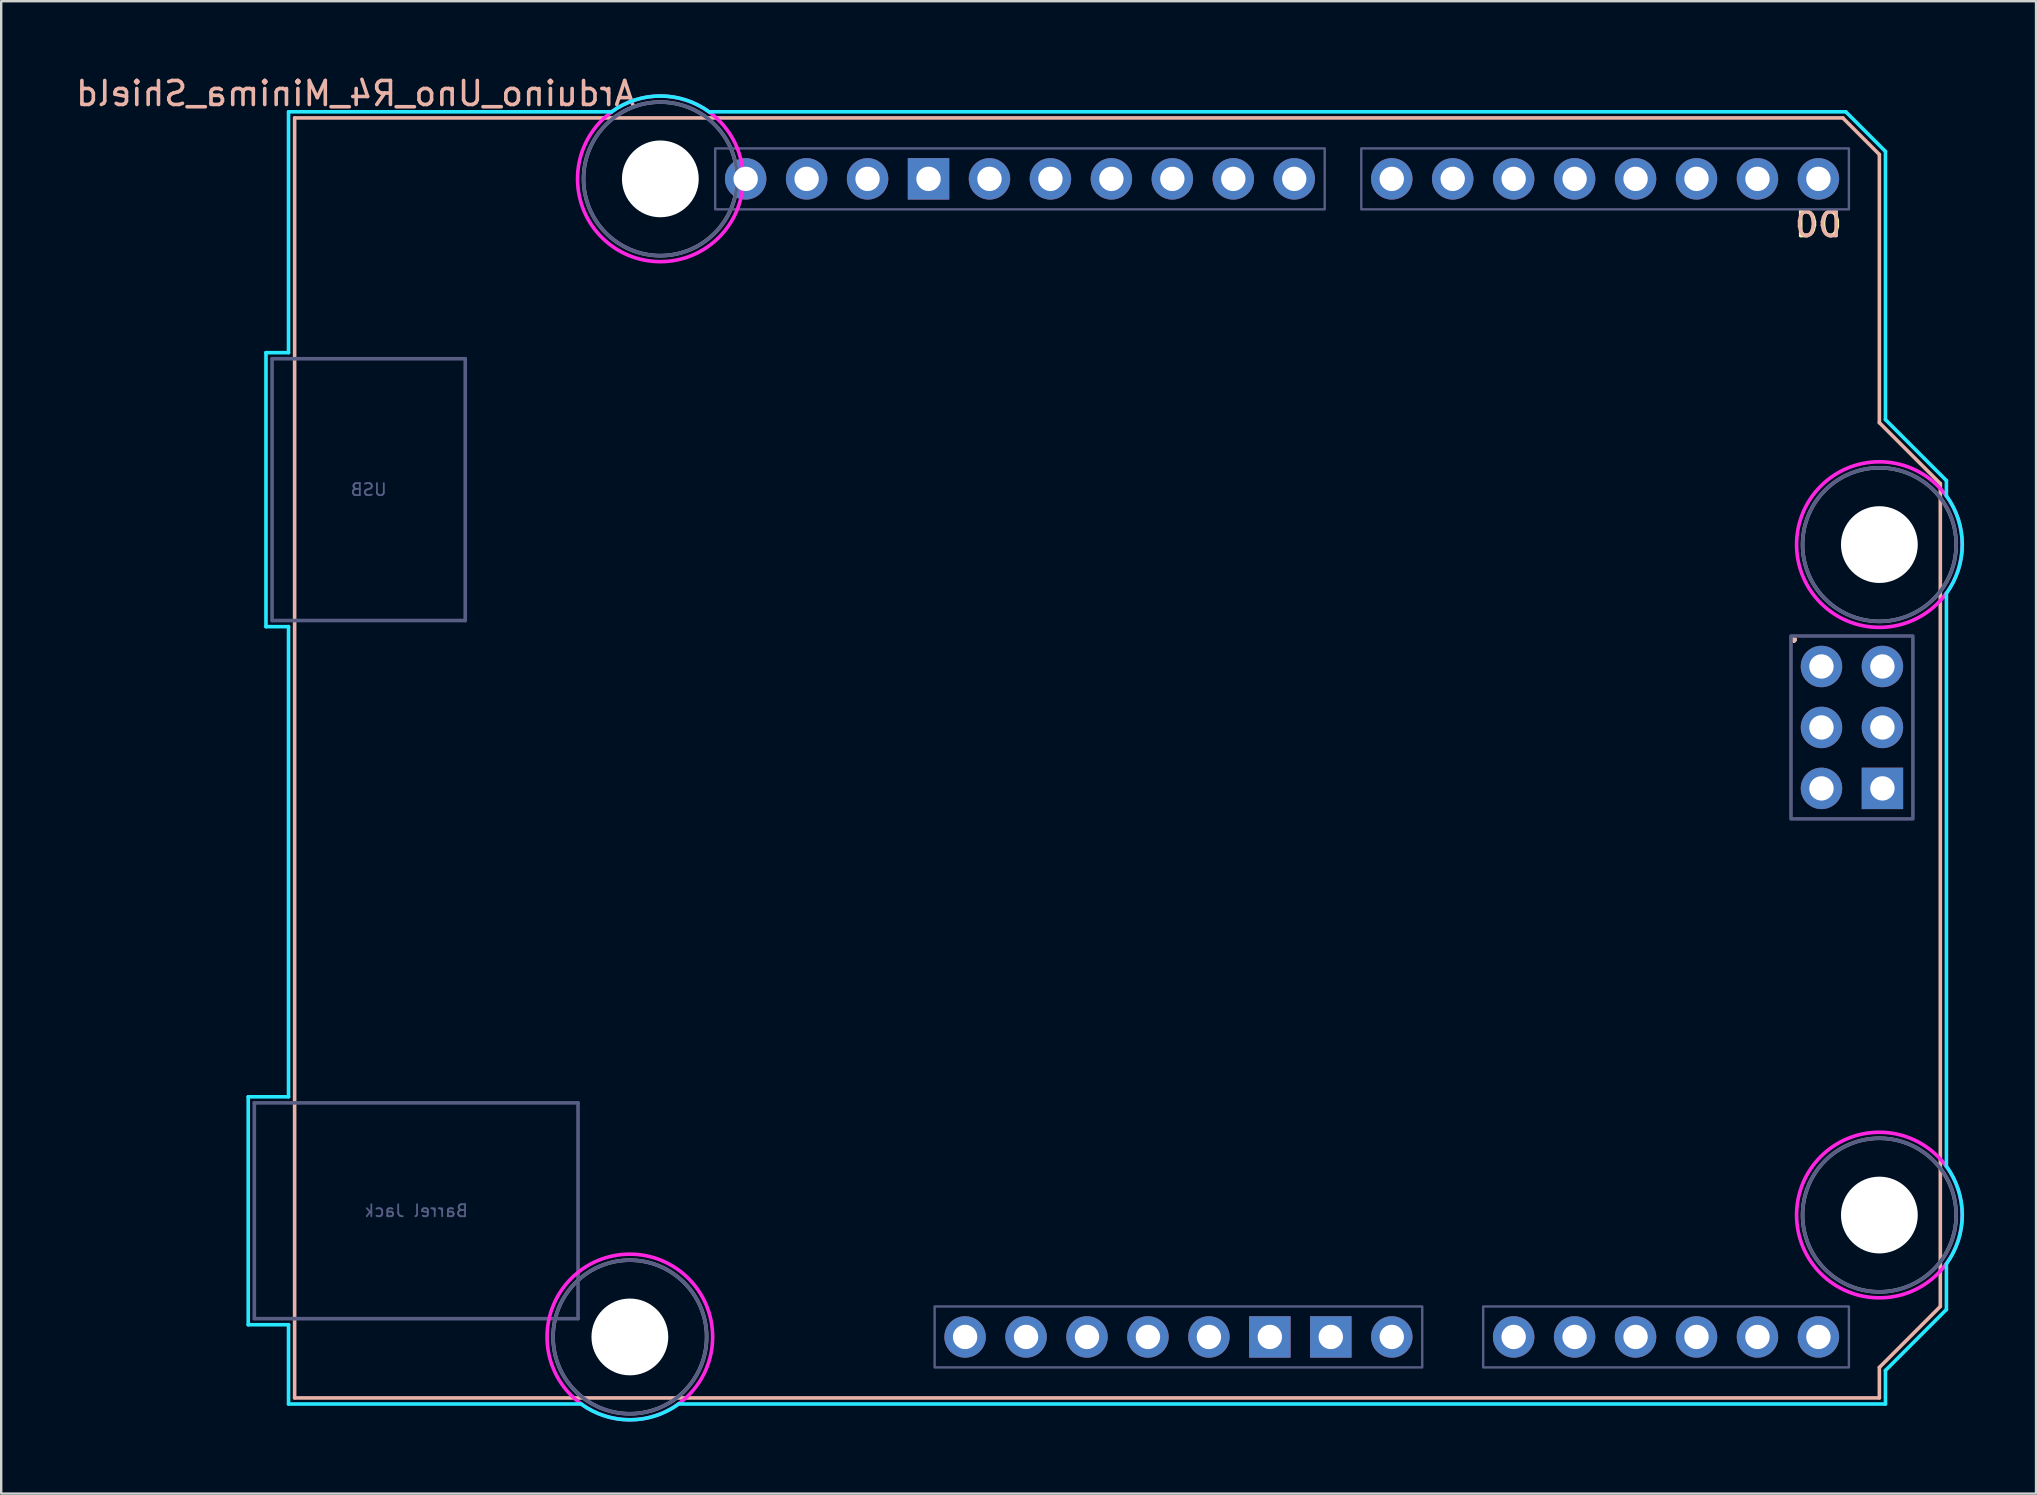
<source format=kicad_pcb>
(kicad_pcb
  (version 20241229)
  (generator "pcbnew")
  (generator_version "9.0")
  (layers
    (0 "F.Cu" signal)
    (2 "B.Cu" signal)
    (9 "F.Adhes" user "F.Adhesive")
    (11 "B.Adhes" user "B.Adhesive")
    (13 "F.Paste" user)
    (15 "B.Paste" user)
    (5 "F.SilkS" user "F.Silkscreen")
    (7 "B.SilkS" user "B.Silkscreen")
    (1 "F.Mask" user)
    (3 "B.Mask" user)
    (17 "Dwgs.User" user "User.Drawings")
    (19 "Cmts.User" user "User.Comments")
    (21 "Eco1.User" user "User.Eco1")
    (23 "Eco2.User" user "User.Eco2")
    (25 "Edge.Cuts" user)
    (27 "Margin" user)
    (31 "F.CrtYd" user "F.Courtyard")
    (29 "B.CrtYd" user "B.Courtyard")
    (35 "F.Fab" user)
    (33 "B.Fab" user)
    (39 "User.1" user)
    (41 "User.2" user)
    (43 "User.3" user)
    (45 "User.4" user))
  (footprint "Arduino_Uno_R4_Minima_Shield"
    (layer "F.Cu")
    (at 9.228 55.204)
    (property "Reference" "Arduino_Uno_R4_Minima_Shield" (at 2.54 -54.356 0) (layer "B.SilkS") (effects (font (size 1 1) (thickness 0.15)) (justify mirror)))
    (attr through_hole)
    (fp_line (start 0 -53.34) (end 0 0) (stroke (width 0.15) (type solid)) (layer "B.SilkS"))
    (fp_line (start 0 -53.34) (end 64.516 -53.34) (stroke (width 0.15) (type solid)) (layer "B.SilkS"))
    (fp_line (start 0 0) (end 66.04 0) (stroke (width 0.15) (type solid)) (layer "B.SilkS"))
    (fp_line (start 64.516 -53.34) (end 66.04 -51.816) (stroke (width 0.15) (type solid)) (layer "B.SilkS"))
    (fp_line (start 66.04 -40.64) (end 66.04 -51.816) (stroke (width 0.15) (type solid)) (layer "B.SilkS"))
    (fp_line (start 66.04 -1.27) (end 68.58 -3.81) (stroke (width 0.15) (type solid)) (layer "B.SilkS"))
    (fp_line (start 66.04 0) (end 66.04 -1.27) (stroke (width 0.15) (type solid)) (layer "B.SilkS"))
    (fp_line (start 68.58 -38.1) (end 66.04 -40.64) (stroke (width 0.15) (type solid)) (layer "B.SilkS"))
    (fp_line (start 68.58 -3.81) (end 68.58 -38.1) (stroke (width 0.15) (type solid)) (layer "B.SilkS"))
    (fp_line (start -1.934 -12.548) (end -1.934 -3.049) (stroke (width 0.15) (type solid)) (layer "B.CrtYd"))
    (fp_line (start -1.934 -12.548) (end -0.254 -12.548) (stroke (width 0.15) (type solid)) (layer "B.CrtYd"))
    (fp_line (start -1.934 -3.049) (end -0.254 -3.049) (stroke (width 0.15) (type solid)) (layer "B.CrtYd"))
    (fp_line (start -1.194 -43.558) (end -0.254 -43.558) (stroke (width 0.15) (type solid)) (layer "B.CrtYd"))
    (fp_line (start -1.194 -32.14) (end -1.194 -43.558) (stroke (width 0.15) (type solid)) (layer "B.CrtYd"))
    (fp_line (start -0.254 -53.594) (end -0.254 -43.558) (stroke (width 0.15) (type solid)) (layer "B.CrtYd"))
    (fp_line (start -0.254 -32.14) (end -1.194 -32.14) (stroke (width 0.15) (type solid)) (layer "B.CrtYd"))
    (fp_line (start -0.254 -32.14) (end -0.254 -12.548) (stroke (width 0.15) (type solid)) (layer "B.CrtYd"))
    (fp_line (start -0.254 -3.049) (end -0.254 0.254) (stroke (width 0.15) (type solid)) (layer "B.CrtYd"))
    (fp_line (start 11.938 0.254) (end -0.254 0.254) (stroke (width 0.15) (type solid)) (layer "B.CrtYd"))
    (fp_line (start 13.208 -53.594) (end -0.254 -53.594) (stroke (width 0.15) (type solid)) (layer "B.CrtYd"))
    (fp_line (start 16.002 0.254) (end 66.294 0.254) (stroke (width 0.15) (type solid)) (layer "B.CrtYd"))
    (fp_line (start 17.272 -53.594) (end 64.643 -53.594) (stroke (width 0.15) (type solid)) (layer "B.CrtYd"))
    (fp_line (start 64.643 -53.594) (end 66.294 -51.943) (stroke (width 0.15) (type solid)) (layer "B.CrtYd"))
    (fp_line (start 66.294 -40.767) (end 66.294 -51.943) (stroke (width 0.15) (type solid)) (layer "B.CrtYd"))
    (fp_line (start 66.294 -1.143) (end 68.834 -3.683) (stroke (width 0.15) (type solid)) (layer "B.CrtYd"))
    (fp_line (start 66.294 0.254) (end 66.294 -1.143) (stroke (width 0.15) (type solid)) (layer "B.CrtYd"))
    (fp_line (start 68.834 -38.227) (end 66.294 -40.767) (stroke (width 0.15) (type solid)) (layer "B.CrtYd"))
    (fp_line (start 68.834 -38.227) (end 68.834 -37.592) (stroke (width 0.15) (type solid)) (layer "B.CrtYd"))
    (fp_line (start 68.834 -9.652) (end 68.834 -33.528) (stroke (width 0.15) (type solid)) (layer "B.CrtYd"))
    (fp_line (start 68.834 -5.588) (end 68.834 -3.683) (stroke (width 0.15) (type solid)) (layer "B.CrtYd"))
    (fp_arc (start 13.208 -53.594) (mid 15.24 -54.254237) (end 17.272 -53.594) (stroke (width 0.15) (type solid)) (layer "B.CrtYd"))
    (fp_arc (start 16.002 0.254) (mid 13.97 0.914237) (end 11.938 0.254) (stroke (width 0.15) (type solid)) (layer "B.CrtYd"))
    (fp_arc (start 68.834 -37.592) (mid 69.494238 -35.56) (end 68.834 -33.528) (stroke (width 0.15) (type solid)) (layer "B.CrtYd"))
    (fp_arc (start 68.834 -9.652) (mid 69.494238 -7.62) (end 68.834 -5.588) (stroke (width 0.15) (type solid)) (layer "B.CrtYd"))
    (fp_circle (center 13.97 -2.54) (end 17.42 -2.54) (stroke (width 0.15) (type solid)) (fill no) (layer "F.CrtYd"))
    (fp_circle (center 15.24 -50.8) (end 18.69 -50.8) (stroke (width 0.15) (type solid)) (fill no) (layer "F.CrtYd"))
    (fp_circle (center 66.04 -35.56) (end 69.49 -35.56) (stroke (width 0.15) (type solid)) (fill no) (layer "F.CrtYd"))
    (fp_circle (center 66.04 -7.62) (end 69.49 -7.62) (stroke (width 0.15) (type solid)) (fill no) (layer "F.CrtYd"))
    (fp_line (start -1.68 -12.294) (end -1.68 -3.303) (stroke (width 0.15) (type solid)) (layer "B.Fab"))
    (fp_line (start -1.68 -12.294) (end 11.81 -12.294) (stroke (width 0.15) (type solid)) (layer "B.Fab"))
    (fp_line (start -1.68 -3.303) (end 11.81 -3.303) (stroke (width 0.15) (type solid)) (layer "B.Fab"))
    (fp_line (start -0.94 -43.304) (end 7.11 -43.304) (stroke (width 0.15) (type solid)) (layer "B.Fab"))
    (fp_line (start -0.94 -32.394) (end -0.94 -43.304) (stroke (width 0.15) (type solid)) (layer "B.Fab"))
    (fp_line (start -0.94 -32.394) (end 7.11 -32.394) (stroke (width 0.15) (type solid)) (layer "B.Fab"))
    (fp_line (start 7.11 -32.394) (end 7.11 -43.304) (stroke (width 0.15) (type solid)) (layer "B.Fab"))
    (fp_line (start 11.81 -12.294) (end 11.81 -3.303) (stroke (width 0.15) (type solid)) (layer "B.Fab"))
    (fp_rect (start 17.526 -52.07) (end 42.926 -49.53) (stroke (width 0.1) (type solid)) (fill no) (layer "B.Fab"))
    (fp_rect (start 26.67 -3.81) (end 46.99 -1.27) (stroke (width 0.1) (type solid)) (fill no) (layer "B.Fab"))
    (fp_rect (start 44.45 -52.07) (end 64.77 -49.53) (stroke (width 0.1) (type solid)) (fill no) (layer "B.Fab"))
    (fp_rect (start 49.53 -3.81) (end 64.77 -1.27) (stroke (width 0.1) (type solid)) (fill no) (layer "B.Fab"))
    (fp_rect (start 62.357 -31.75) (end 67.437 -24.13) (stroke (width 0.15) (type solid)) (fill no) (layer "B.Fab"))
    (fp_circle (center 13.97 -2.54) (end 17.17 -2.54) (stroke (width 0.15) (type solid)) (fill no) (layer "B.Fab"))
    (fp_circle (center 15.24 -50.8) (end 18.44 -50.8) (stroke (width 0.15) (type solid)) (fill no) (layer "B.Fab"))
    (fp_circle (center 66.04 -35.56) (end 69.24 -35.56) (stroke (width 0.15) (type solid)) (fill no) (layer "B.Fab"))
    (fp_circle (center 66.04 -7.62) (end 69.24 -7.62) (stroke (width 0.15) (type solid)) (fill no) (layer "B.Fab"))
    (fp_circle (center 13.97 -2.54) (end 17.17 -2.54) (stroke (width 0.15) (type solid)) (fill no) (layer "F.Fab"))
    (fp_circle (center 15.24 -50.8) (end 18.44 -50.8) (stroke (width 0.15) (type solid)) (fill no) (layer "F.Fab"))
    (fp_circle (center 66.04 -35.56) (end 69.24 -35.56) (stroke (width 0.15) (type solid)) (fill no) (layer "F.Fab"))
    (fp_circle (center 66.04 -7.62) (end 69.24 -7.62) (stroke (width 0.15) (type solid)) (fill no) (layer "F.Fab"))
    (fp_text user "." (at 62.484 -32.004 0) (layer "F.SilkS") (effects (font (size 1 1) (thickness 0.15))))
    (fp_text user "D0" (at 63.5 -48.895 0) (unlocked yes) (layer "F.SilkS") (effects (font (size 1 1) (thickness 0.15))))
    (fp_text user "." (at 62.484 -32.004 0) (layer "B.SilkS") (effects (font (size 1 1) (thickness 0.15))))
    (fp_text user "D0" (at 63.5 -48.895 0) (unlocked yes) (layer "B.SilkS") (effects (font (size 1 1) (thickness 0.15)) (justify mirror)))
    (fp_text user "Barrel Jack" (at 5.065 -7.798 0) (layer "B.Fab") (effects (font (size 0.5 0.5) (thickness 0.075)) (justify mirror)))
    (fp_text user "USB" (at 3.085 -37.849 0) (layer "B.Fab") (effects (font (size 0.5 0.5) (thickness 0.075)) (justify mirror)))
    (pad "" np_thru_hole circle (at 13.97 -2.54) (size 3.2 3.2) (drill 3.2) (layers "*.Cu" "*.Mask"))
    (pad "" np_thru_hole circle (at 15.24 -50.8) (size 3.2 3.2) (drill 3.2) (layers "*.Cu" "*.Mask"))
    (pad "" np_thru_hole circle (at 66.04 -35.56) (size 3.2 3.2) (drill 3.2) (layers "*.Cu" "*.Mask"))
    (pad "" np_thru_hole circle (at 66.04 -7.62) (size 3.2 3.2) (drill 3.2) (layers "*.Cu" "*.Mask"))
    (pad "3V3" thru_hole oval (at 35.56 -2.54) (size 1.727 1.727) (drill 1.016) (layers "*.Cu" "*.Mask"))
    (pad "5V1" thru_hole oval (at 38.1 -2.54) (size 1.727 1.727) (drill 1.016) (layers "*.Cu" "*.Mask"))
    (pad "5V2" thru_hole oval (at 66.167 -30.48) (size 1.727 1.727) (drill 1.016) (layers "*.Cu" "*.Mask"))
    (pad "A0" thru_hole oval (at 50.8 -2.54) (size 1.727 1.727) (drill 1.016) (layers "*.Cu" "*.Mask"))
    (pad "A1" thru_hole oval (at 53.34 -2.54) (size 1.727 1.727) (drill 1.016) (layers "*.Cu" "*.Mask"))
    (pad "A2" thru_hole oval (at 55.88 -2.54) (size 1.727 1.727) (drill 1.016) (layers "*.Cu" "*.Mask"))
    (pad "A3" thru_hole oval (at 58.42 -2.54) (size 1.727 1.727) (drill 1.016) (layers "*.Cu" "*.Mask"))
    (pad "A4" thru_hole oval (at 60.96 -2.54) (size 1.727 1.727) (drill 1.016) (layers "*.Cu" "*.Mask"))
    (pad "A5" thru_hole oval (at 63.5 -2.54) (size 1.727 1.727) (drill 1.016) (layers "*.Cu" "*.Mask"))
    (pad "AREF" thru_hole oval (at 23.876 -50.8) (size 1.727 1.727) (drill 1.016) (layers "*.Cu" "*.Mask"))
    (pad "BOOT" thru_hole oval (at 27.94 -2.54) (size 1.727 1.727) (drill 1.016) (layers "*.Cu" "*.Mask"))
    (pad "D0" thru_hole oval (at 63.5 -50.8) (size 1.727 1.727) (drill 1.016) (layers "*.Cu" "*.Mask"))
    (pad "D1" thru_hole oval (at 60.96 -50.8) (size 1.727 1.727) (drill 1.016) (layers "*.Cu" "*.Mask"))
    (pad "D2" thru_hole oval (at 58.42 -50.8) (size 1.727 1.727) (drill 1.016) (layers "*.Cu" "*.Mask"))
    (pad "D3" thru_hole oval (at 55.88 -50.8) (size 1.727 1.727) (drill 1.016) (layers "*.Cu" "*.Mask"))
    (pad "D4" thru_hole oval (at 53.34 -50.8) (size 1.727 1.727) (drill 1.016) (layers "*.Cu" "*.Mask"))
    (pad "D5" thru_hole oval (at 50.8 -50.8) (size 1.727 1.727) (drill 1.016) (layers "*.Cu" "*.Mask"))
    (pad "D6" thru_hole oval (at 48.26 -50.8) (size 1.727 1.727) (drill 1.016) (layers "*.Cu" "*.Mask"))
    (pad "D7" thru_hole oval (at 45.72 -50.8) (size 1.727 1.727) (drill 1.016) (layers "*.Cu" "*.Mask"))
    (pad "D8" thru_hole oval (at 41.656 -50.8) (size 1.727 1.727) (drill 1.016) (layers "*.Cu" "*.Mask"))
    (pad "D9" thru_hole oval (at 39.116 -50.8) (size 1.727 1.727) (drill 1.016) (layers "*.Cu" "*.Mask"))
    (pad "D10" thru_hole oval (at 36.576 -50.8) (size 1.727 1.727) (drill 1.016) (layers "*.Cu" "*.Mask"))
    (pad "D11" thru_hole oval (at 34.036 -50.8) (size 1.727 1.727) (drill 1.016) (layers "*.Cu" "*.Mask"))
    (pad "D12" thru_hole oval (at 31.496 -50.8) (size 1.727 1.727) (drill 1.016) (layers "*.Cu" "*.Mask"))
    (pad "D13" thru_hole oval (at 28.956 -50.8) (size 1.727 1.727) (drill 1.016) (layers "*.Cu" "*.Mask"))
    (pad "GND1" thru_hole rect (at 26.416 -50.8) (size 1.727 1.727) (drill 1.016) (layers "*.Cu" "*.Mask"))
    (pad "GND2" thru_hole rect (at 40.64 -2.54) (size 1.727 1.727) (drill 1.016) (layers "*.Cu" "*.Mask"))
    (pad "GND3" thru_hole rect (at 43.18 -2.54) (size 1.727 1.727) (drill 1.016) (layers "*.Cu" "*.Mask"))
    (pad "GND4" thru_hole rect (at 66.167 -25.4) (size 1.727 1.727) (drill 1.016) (layers "*.Cu" "*.Mask"))
    (pad "IORF" thru_hole oval (at 30.48 -2.54) (size 1.727 1.727) (drill 1.016) (layers "*.Cu" "*.Mask"))
    (pad "MISO" thru_hole oval (at 63.627 -30.48) (size 1.727 1.727) (drill 1.016) (layers "*.Cu" "*.Mask"))
    (pad "MOSI" thru_hole oval (at 66.167 -27.94) (size 1.727 1.727) (drill 1.016) (layers "*.Cu" "*.Mask"))
    (pad "RST1" thru_hole oval (at 33.02 -2.54) (size 1.727 1.727) (drill 1.016) (layers "*.Cu" "*.Mask"))
    (pad "RST2" thru_hole oval (at 63.627 -25.4) (size 1.727 1.727) (drill 1.016) (layers "*.Cu" "*.Mask"))
    (pad "SCK" thru_hole oval (at 63.627 -27.94) (size 1.727 1.727) (drill 1.016) (layers "*.Cu" "*.Mask"))
    (pad "SCL" thru_hole oval (at 18.796 -50.8) (size 1.727 1.727) (drill 1.016) (layers "*.Cu" "*.Mask"))
    (pad "SDA" thru_hole oval (at 21.336 -50.8) (size 1.727 1.727) (drill 1.016) (layers "*.Cu" "*.Mask"))
    (pad "VIN" thru_hole oval (at 45.72 -2.54) (size 1.727 1.727) (drill 1.016) (layers "*.Cu" "*.Mask")))
  (gr_rect
    (start -3 -3)
    (end 81.797 59.193)
    (stroke (width 0.1) (type default))
    (fill no)
    (layer "Edge.Cuts")))
</source>
